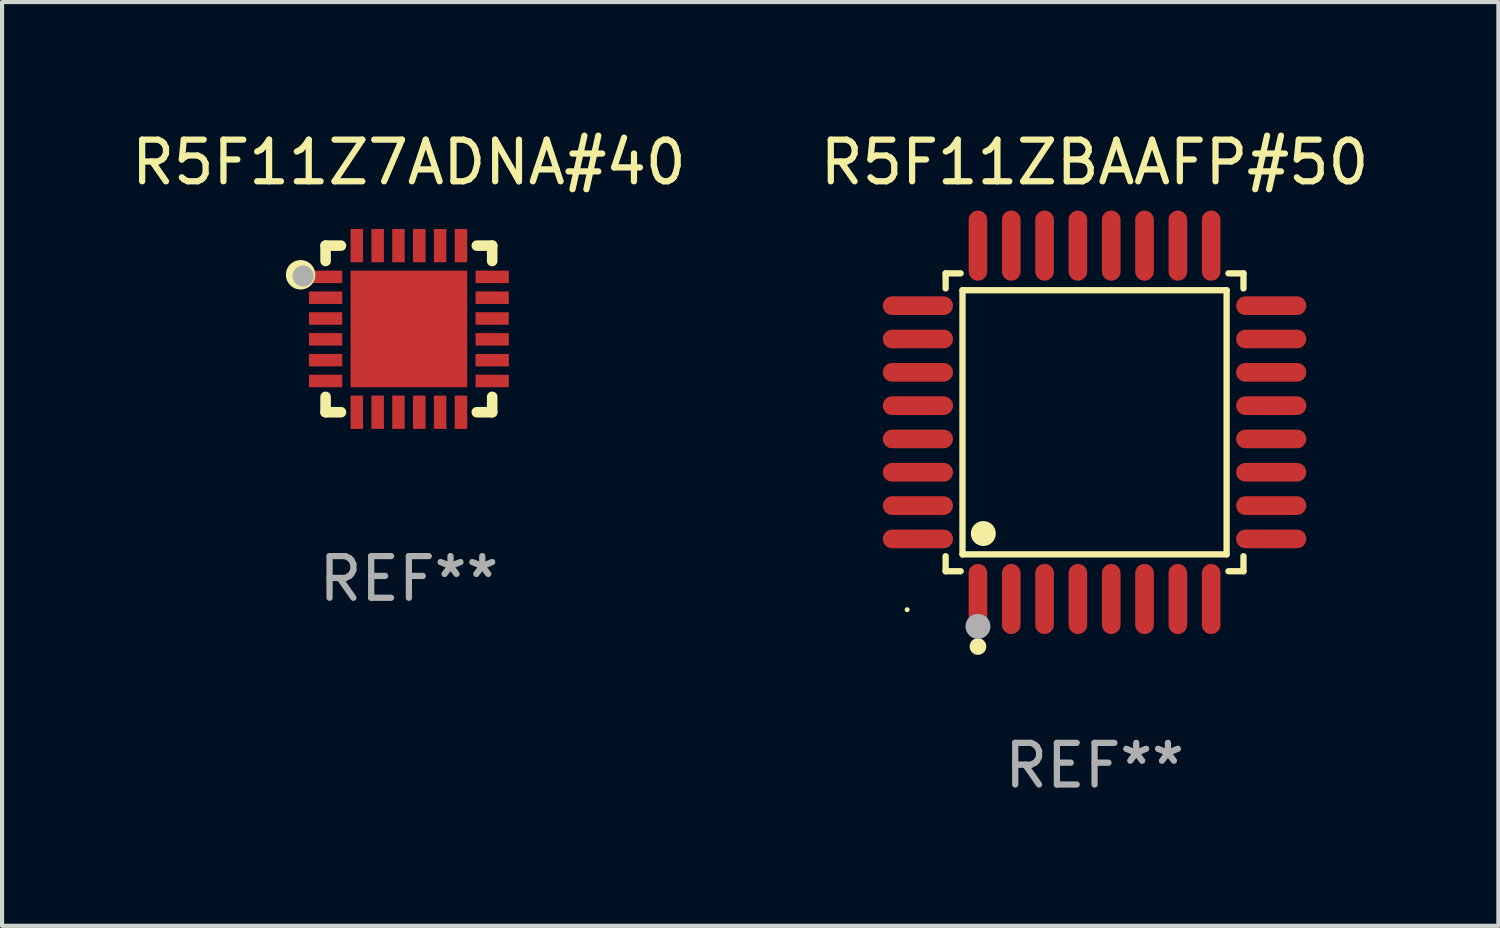
<source format=kicad_pcb>
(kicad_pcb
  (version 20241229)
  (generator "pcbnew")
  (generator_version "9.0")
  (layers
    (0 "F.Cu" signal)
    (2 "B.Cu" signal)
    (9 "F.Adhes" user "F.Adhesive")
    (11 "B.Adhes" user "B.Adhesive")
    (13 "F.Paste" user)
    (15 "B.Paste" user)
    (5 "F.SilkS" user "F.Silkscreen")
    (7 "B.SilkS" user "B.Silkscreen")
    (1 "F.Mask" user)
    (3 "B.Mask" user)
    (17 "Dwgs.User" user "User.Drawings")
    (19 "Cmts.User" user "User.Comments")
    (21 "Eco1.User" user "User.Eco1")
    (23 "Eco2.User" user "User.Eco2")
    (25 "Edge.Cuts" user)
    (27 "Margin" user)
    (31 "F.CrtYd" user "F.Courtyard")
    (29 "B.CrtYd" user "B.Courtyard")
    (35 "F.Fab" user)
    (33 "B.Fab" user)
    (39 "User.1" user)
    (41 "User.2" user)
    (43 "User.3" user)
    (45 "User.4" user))
  (footprint "R5F11ZBAAFP#50"
    (layer "F.Cu")
    (at 23.232 7.09)
    (property "Reference" "R5F11ZBAAFP#50" (at 0 -6.242 0) (layer "F.SilkS") (effects (font (size 1 1) (thickness 0.15))))
    (attr through_hole)
    (fp_line (start -3.576 -3.576) (end -3.215 -3.576) (stroke (width 0.152) (type solid)) (layer "F.SilkS"))
    (fp_line (start -3.576 -3.215) (end -3.576 -3.576) (stroke (width 0.152) (type solid)) (layer "F.SilkS"))
    (fp_line (start -3.576 3.215) (end -3.576 3.576) (stroke (width 0.152) (type solid)) (layer "F.SilkS"))
    (fp_line (start -3.576 3.576) (end -3.215 3.576) (stroke (width 0.152) (type solid)) (layer "F.SilkS"))
    (fp_line (start -3.171 -3.171) (end 3.171 -3.171) (stroke (width 0.152) (type solid)) (layer "F.SilkS"))
    (fp_line (start -3.171 3.171) (end -3.171 -3.171) (stroke (width 0.152) (type solid)) (layer "F.SilkS"))
    (fp_line (start 3.171 -3.171) (end 3.171 3.171) (stroke (width 0.152) (type solid)) (layer "F.SilkS"))
    (fp_line (start 3.171 3.171) (end -3.171 3.171) (stroke (width 0.152) (type solid)) (layer "F.SilkS"))
    (fp_line (start 3.576 -3.576) (end 3.215 -3.576) (stroke (width 0.152) (type solid)) (layer "F.SilkS"))
    (fp_line (start 3.576 -3.215) (end 3.576 -3.576) (stroke (width 0.152) (type solid)) (layer "F.SilkS"))
    (fp_line (start 3.576 3.215) (end 3.576 3.576) (stroke (width 0.152) (type solid)) (layer "F.SilkS"))
    (fp_line (start 3.576 3.576) (end 3.215 3.576) (stroke (width 0.152) (type solid)) (layer "F.SilkS"))
    (fp_circle (center -4.5 4.5) (end -4.47 4.5) (stroke (width 0.06) (type solid)) (fill no) (layer "F.SilkS"))
    (fp_circle (center -2.8 5.384) (end -2.7 5.384) (stroke (width 0.2) (type solid)) (fill no) (layer "F.SilkS"))
    (fp_circle (center -2.671 2.671) (end -2.521 2.671) (stroke (width 0.3) (type solid)) (fill no) (layer "F.SilkS"))
    (fp_circle (center -2.8 4.9) (end -2.65 4.9) (stroke (width 0.3) (type solid)) (fill no) (layer "F.Fab"))
    (fp_text user "REF**" (at 0 8.242 0) (layer "F.Fab") (effects (font (size 1 1) (thickness 0.15))))
    (pad "1" smd oval (at -2.8 4.242) (size 0.448 1.684) (layers "F.Cu" "F.Mask" "F.Paste"))
    (pad "2" smd oval (at -2 4.242) (size 0.448 1.684) (layers "F.Cu" "F.Mask" "F.Paste"))
    (pad "3" smd oval (at -1.2 4.242) (size 0.448 1.684) (layers "F.Cu" "F.Mask" "F.Paste"))
    (pad "4" smd oval (at -0.4 4.242) (size 0.448 1.684) (layers "F.Cu" "F.Mask" "F.Paste"))
    (pad "5" smd oval (at 0.4 4.242) (size 0.448 1.684) (layers "F.Cu" "F.Mask" "F.Paste"))
    (pad "6" smd oval (at 1.2 4.242) (size 0.448 1.684) (layers "F.Cu" "F.Mask" "F.Paste"))
    (pad "7" smd oval (at 2 4.242) (size 0.448 1.684) (layers "F.Cu" "F.Mask" "F.Paste"))
    (pad "8" smd oval (at 2.8 4.242) (size 0.448 1.684) (layers "F.Cu" "F.Mask" "F.Paste"))
    (pad "9" smd oval (at 4.242 2.8) (size 1.684 0.448) (layers "F.Cu" "F.Mask" "F.Paste"))
    (pad "10" smd oval (at 4.242 2) (size 1.684 0.448) (layers "F.Cu" "F.Mask" "F.Paste"))
    (pad "11" smd oval (at 4.242 1.2) (size 1.684 0.448) (layers "F.Cu" "F.Mask" "F.Paste"))
    (pad "12" smd oval (at 4.242 0.4) (size 1.684 0.448) (layers "F.Cu" "F.Mask" "F.Paste"))
    (pad "13" smd oval (at 4.242 -0.4) (size 1.684 0.448) (layers "F.Cu" "F.Mask" "F.Paste"))
    (pad "14" smd oval (at 4.242 -1.2) (size 1.684 0.448) (layers "F.Cu" "F.Mask" "F.Paste"))
    (pad "15" smd oval (at 4.242 -2) (size 1.684 0.448) (layers "F.Cu" "F.Mask" "F.Paste"))
    (pad "16" smd oval (at 4.242 -2.8) (size 1.684 0.448) (layers "F.Cu" "F.Mask" "F.Paste"))
    (pad "17" smd oval (at 2.8 -4.242) (size 0.448 1.684) (layers "F.Cu" "F.Mask" "F.Paste"))
    (pad "18" smd oval (at 2 -4.242) (size 0.448 1.684) (layers "F.Cu" "F.Mask" "F.Paste"))
    (pad "19" smd oval (at 1.2 -4.242) (size 0.448 1.684) (layers "F.Cu" "F.Mask" "F.Paste"))
    (pad "20" smd oval (at 0.4 -4.242) (size 0.448 1.684) (layers "F.Cu" "F.Mask" "F.Paste"))
    (pad "21" smd oval (at -0.4 -4.242) (size 0.448 1.684) (layers "F.Cu" "F.Mask" "F.Paste"))
    (pad "22" smd oval (at -1.2 -4.242) (size 0.448 1.684) (layers "F.Cu" "F.Mask" "F.Paste"))
    (pad "23" smd oval (at -2 -4.242) (size 0.448 1.684) (layers "F.Cu" "F.Mask" "F.Paste"))
    (pad "24" smd oval (at -2.8 -4.242) (size 0.448 1.684) (layers "F.Cu" "F.Mask" "F.Paste"))
    (pad "25" smd oval (at -4.242 -2.8) (size 1.684 0.448) (layers "F.Cu" "F.Mask" "F.Paste"))
    (pad "26" smd oval (at -4.242 -2) (size 1.684 0.448) (layers "F.Cu" "F.Mask" "F.Paste"))
    (pad "27" smd oval (at -4.242 -1.2) (size 1.684 0.448) (layers "F.Cu" "F.Mask" "F.Paste"))
    (pad "28" smd oval (at -4.242 -0.4) (size 1.684 0.448) (layers "F.Cu" "F.Mask" "F.Paste"))
    (pad "29" smd oval (at -4.242 0.4) (size 1.684 0.448) (layers "F.Cu" "F.Mask" "F.Paste"))
    (pad "30" smd oval (at -4.242 1.2) (size 1.684 0.448) (layers "F.Cu" "F.Mask" "F.Paste"))
    (pad "31" smd oval (at -4.242 2) (size 1.684 0.448) (layers "F.Cu" "F.Mask" "F.Paste"))
    (pad "32" smd oval (at -4.242 2.8) (size 1.684 0.448) (layers "F.Cu" "F.Mask" "F.Paste")))
  (footprint "R5F11Z7ADNA#40"
    (layer "F.Cu")
    (at 6.768 4.848)
    (property "Reference" "R5F11Z7ADNA#40" (at 0 -4 0) (layer "F.SilkS") (effects (font (size 1 1) (thickness 0.15))))
    (attr through_hole)
    (fp_line (start -2 -2) (end -1.631 -2) (stroke (width 0.254) (type solid)) (layer "F.SilkS"))
    (fp_line (start -2 -1.631) (end -2 -2) (stroke (width 0.254) (type solid)) (layer "F.SilkS"))
    (fp_line (start -2 2) (end -2 1.631) (stroke (width 0.254) (type solid)) (layer "F.SilkS"))
    (fp_line (start -1.631 2) (end -2 2) (stroke (width 0.254) (type solid)) (layer "F.SilkS"))
    (fp_line (start 1.631 -2) (end 2 -2) (stroke (width 0.254) (type solid)) (layer "F.SilkS"))
    (fp_line (start 2 -2) (end 2 -1.631) (stroke (width 0.254) (type solid)) (layer "F.SilkS"))
    (fp_line (start 2 1.631) (end 2 2) (stroke (width 0.254) (type solid)) (layer "F.SilkS"))
    (fp_line (start 2 2) (end 1.631 2) (stroke (width 0.254) (type solid)) (layer "F.SilkS"))
    (fp_circle (center -2.6 -1.3) (end -2.5 -1.3) (stroke (width 0.254) (type solid)) (fill no) (layer "F.SilkS"))
    (fp_circle (center -1.95 -1.95) (end -1.9 -1.95) (stroke (width 0.1) (type solid)) (fill no) (layer "F.SilkS"))
    (fp_circle (center -2.54 -1.27) (end -2.413 -1.27) (stroke (width 0.254) (type solid)) (fill no) (layer "F.Fab"))
    (fp_text user "REF**" (at 0 6 0) (layer "F.Fab") (effects (font (size 1 1) (thickness 0.15))))
    (pad "1" smd rect (at -2 -1.25) (size 0.8 0.3) (layers "F.Cu" "F.Mask" "F.Paste"))
    (pad "2" smd rect (at -2 -0.75) (size 0.8 0.3) (layers "F.Cu" "F.Mask" "F.Paste"))
    (pad "3" smd rect (at -2 -0.25) (size 0.8 0.3) (layers "F.Cu" "F.Mask" "F.Paste"))
    (pad "4" smd rect (at -2 0.25) (size 0.8 0.3) (layers "F.Cu" "F.Mask" "F.Paste"))
    (pad "5" smd rect (at -2 0.75) (size 0.8 0.3) (layers "F.Cu" "F.Mask" "F.Paste"))
    (pad "6" smd rect (at -2 1.25) (size 0.8 0.3) (layers "F.Cu" "F.Mask" "F.Paste"))
    (pad "7" smd rect (at -1.25 2) (size 0.3 0.8) (layers "F.Cu" "F.Mask" "F.Paste"))
    (pad "8" smd rect (at -0.75 2) (size 0.3 0.8) (layers "F.Cu" "F.Mask" "F.Paste"))
    (pad "9" smd rect (at -0.25 2) (size 0.3 0.8) (layers "F.Cu" "F.Mask" "F.Paste"))
    (pad "10" smd rect (at 0.25 2) (size 0.3 0.8) (layers "F.Cu" "F.Mask" "F.Paste"))
    (pad "11" smd rect (at 0.75 2) (size 0.3 0.8) (layers "F.Cu" "F.Mask" "F.Paste"))
    (pad "12" smd rect (at 1.25 2) (size 0.3 0.8) (layers "F.Cu" "F.Mask" "F.Paste"))
    (pad "13" smd rect (at 2 1.25) (size 0.8 0.3) (layers "F.Cu" "F.Mask" "F.Paste"))
    (pad "14" smd rect (at 2 0.75) (size 0.8 0.3) (layers "F.Cu" "F.Mask" "F.Paste"))
    (pad "15" smd rect (at 2 0.25) (size 0.8 0.3) (layers "F.Cu" "F.Mask" "F.Paste"))
    (pad "16" smd rect (at 2 -0.25) (size 0.8 0.3) (layers "F.Cu" "F.Mask" "F.Paste"))
    (pad "17" smd rect (at 2 -0.75) (size 0.8 0.3) (layers "F.Cu" "F.Mask" "F.Paste"))
    (pad "18" smd rect (at 2 -1.25) (size 0.8 0.3) (layers "F.Cu" "F.Mask" "F.Paste"))
    (pad "19" smd rect (at 1.25 -2) (size 0.3 0.8) (layers "F.Cu" "F.Mask" "F.Paste"))
    (pad "20" smd rect (at 0.75 -2) (size 0.3 0.8) (layers "F.Cu" "F.Mask" "F.Paste"))
    (pad "21" smd rect (at 0.25 -2) (size 0.3 0.8) (layers "F.Cu" "F.Mask" "F.Paste"))
    (pad "22" smd rect (at -0.25 -2) (size 0.3 0.8) (layers "F.Cu" "F.Mask" "F.Paste"))
    (pad "23" smd rect (at -0.75 -2) (size 0.3 0.8) (layers "F.Cu" "F.Mask" "F.Paste"))
    (pad "24" smd rect (at -1.25 -2) (size 0.3 0.8) (layers "F.Cu" "F.Mask" "F.Paste"))
    (pad "25" smd rect (at 0 0) (size 2.8 2.8) (layers "F.Cu" "F.Mask" "F.Paste")))
  (gr_rect
    (start -3 -3)
    (end 32.929 19.181)
    (stroke (width 0.1) (type default))
    (fill no)
    (layer "Edge.Cuts")))
</source>
